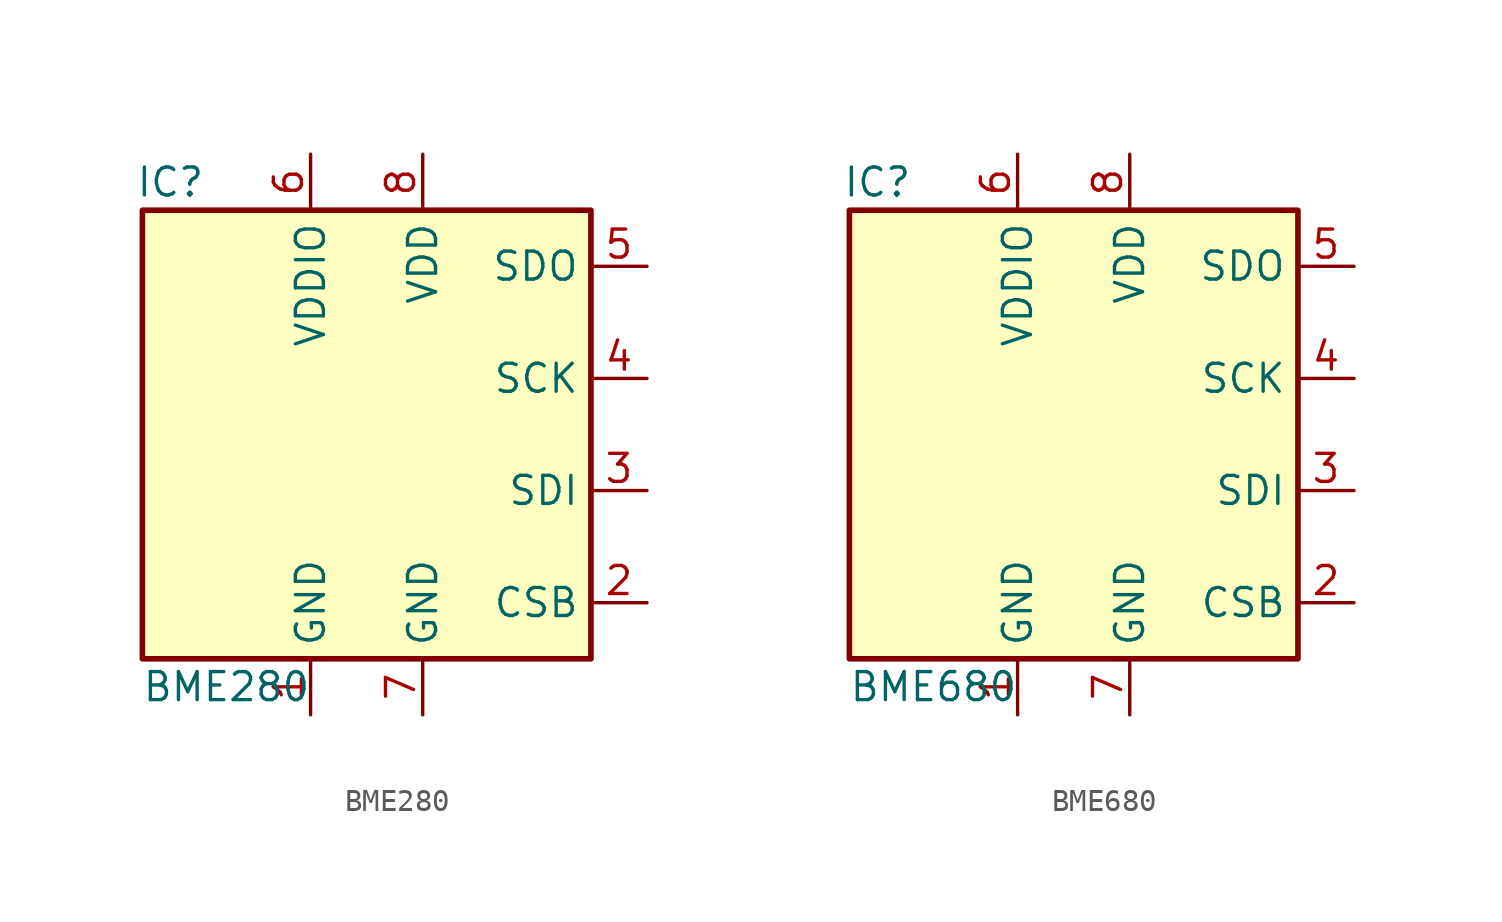
<source format=kicad_sym>
(kicad_symbol_lib
  (version 20211014)
  (generator kicad_symbol_editor)
  (symbol "BME280"
    (property "Reference" "IC"
      (at -8.89 11.43 0)
      (effects (font (size 1.27 1.27))))
    (property "Value" "BME280"
      (at -6.35 -11.43 0)
      (effects (font (size 1.27 1.27))))
    (symbol "BME280_0_1"
      (rectangle (start -10.16 10.16) (end 10.16 -10.16) (stroke (width 0.254) (type default) (color 0 0 0 0)) (fill (type background))))
    (symbol "BME280_1_1"
      (pin power_in line (at -2.54 -12.7 90) (length 2.54) (name "GND" (effects (font (size 1.27 1.27)))) (number "1" (effects (font (size 1.27 1.27)))))
      (pin input line (at 12.7 -7.62 180) (length 2.54) (name "CSB" (effects (font (size 1.27 1.27)))) (number "2" (effects (font (size 1.27 1.27)))))
      (pin bidirectional line (at 12.7 -2.54 180) (length 2.54) (name "SDI" (effects (font (size 1.27 1.27)))) (number "3" (effects (font (size 1.27 1.27)))))
      (pin input line (at 12.7 2.54 180) (length 2.54) (name "SCK" (effects (font (size 1.27 1.27)))) (number "4" (effects (font (size 1.27 1.27)))))
      (pin bidirectional line (at 12.7 7.62 180) (length 2.54) (name "SDO" (effects (font (size 1.27 1.27)))) (number "5" (effects (font (size 1.27 1.27)))))
      (pin power_in line (at -2.54 12.7 270) (length 2.54) (name "VDDIO" (effects (font (size 1.27 1.27)))) (number "6" (effects (font (size 1.27 1.27)))))
      (pin power_in line (at 2.54 -12.7 90) (length 2.54) (name "GND" (effects (font (size 1.27 1.27)))) (number "7" (effects (font (size 1.27 1.27)))))
      (pin power_in line (at 2.54 12.7 270) (length 2.54) (name "VDD" (effects (font (size 1.27 1.27)))) (number "8" (effects (font (size 1.27 1.27)))))))
  (symbol "BME680"
    (property "Reference" "IC"
      (at -8.89 11.43 0)
      (effects (font (size 1.27 1.27))))
    (property "Value" "BME680"
      (at -6.35 -11.43 0)
      (effects (font (size 1.27 1.27))))
    (symbol "BME680_0_1"
      (rectangle (start -10.16 10.16) (end 10.16 -10.16) (stroke (width 0.254) (type default) (color 0 0 0 0)) (fill (type background))))
    (symbol "BME680_1_1"
      (pin power_in line (at -2.54 -12.7 90) (length 2.54) (name "GND" (effects (font (size 1.27 1.27)))) (number "1" (effects (font (size 1.27 1.27)))))
      (pin input line (at 12.7 -7.62 180) (length 2.54) (name "CSB" (effects (font (size 1.27 1.27)))) (number "2" (effects (font (size 1.27 1.27)))))
      (pin bidirectional line (at 12.7 -2.54 180) (length 2.54) (name "SDI" (effects (font (size 1.27 1.27)))) (number "3" (effects (font (size 1.27 1.27)))))
      (pin input line (at 12.7 2.54 180) (length 2.54) (name "SCK" (effects (font (size 1.27 1.27)))) (number "4" (effects (font (size 1.27 1.27)))))
      (pin bidirectional line (at 12.7 7.62 180) (length 2.54) (name "SDO" (effects (font (size 1.27 1.27)))) (number "5" (effects (font (size 1.27 1.27)))))
      (pin power_in line (at -2.54 12.7 270) (length 2.54) (name "VDDIO" (effects (font (size 1.27 1.27)))) (number "6" (effects (font (size 1.27 1.27)))))
      (pin power_in line (at 2.54 -12.7 90) (length 2.54) (name "GND" (effects (font (size 1.27 1.27)))) (number "7" (effects (font (size 1.27 1.27)))))
      (pin power_in line (at 2.54 12.7 270) (length 2.54) (name "VDD" (effects (font (size 1.27 1.27)))) (number "8" (effects (font (size 1.27 1.27))))))))
</source>
